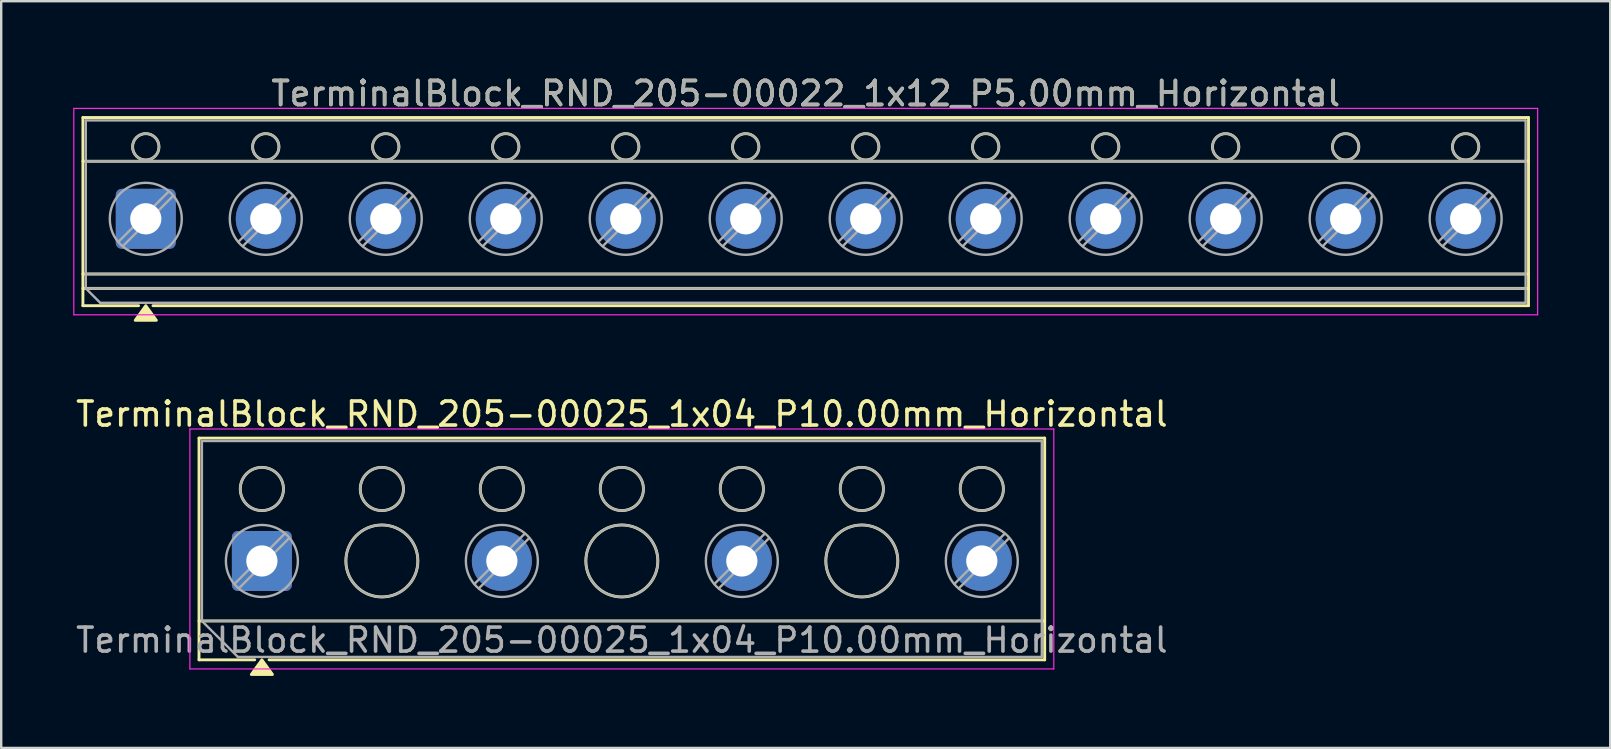
<source format=kicad_pcb>
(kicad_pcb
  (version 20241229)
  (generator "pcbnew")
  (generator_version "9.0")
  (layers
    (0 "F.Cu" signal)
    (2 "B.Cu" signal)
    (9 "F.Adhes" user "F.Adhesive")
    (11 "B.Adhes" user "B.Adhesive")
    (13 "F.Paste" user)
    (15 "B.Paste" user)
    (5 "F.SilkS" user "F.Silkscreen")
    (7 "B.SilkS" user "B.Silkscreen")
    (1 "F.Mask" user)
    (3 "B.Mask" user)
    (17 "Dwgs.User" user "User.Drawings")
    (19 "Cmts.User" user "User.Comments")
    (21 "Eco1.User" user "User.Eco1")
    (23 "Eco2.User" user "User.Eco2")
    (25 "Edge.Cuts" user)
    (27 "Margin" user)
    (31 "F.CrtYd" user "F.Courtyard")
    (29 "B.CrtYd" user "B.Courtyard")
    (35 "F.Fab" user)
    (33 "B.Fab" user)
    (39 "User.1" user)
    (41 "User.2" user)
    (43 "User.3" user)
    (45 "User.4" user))
  (footprint "TerminalBlock_RND_205-00025_1x04_P10.00mm_Horizontal"
    (layer "F.Cu")
    (at 7.863 20.326)
    (property "Reference" "TerminalBlock_RND_205-00025_1x04_P10.00mm_Horizontal" (at 15 -6.12 0) (layer "F.SilkS") (effects (font (size 1 1) (thickness 0.15))))
    (attr through_hole)
    (fp_line (start -2.62 -5.12) (end -2.62 4.12) (stroke (width 0.12) (type solid)) (layer "F.SilkS"))
    (fp_line (start -2.62 -5.12) (end 32.62 -5.12) (stroke (width 0.12) (type solid)) (layer "F.SilkS"))
    (fp_line (start -2.62 2.5) (end 32.62 2.5) (stroke (width 0.12) (type solid)) (layer "F.SilkS"))
    (fp_line (start -2.62 4.12) (end -0.3 4.12) (stroke (width 0.12) (type solid)) (layer "F.SilkS"))
    (fp_line (start 0.3 4.12) (end 32.62 4.12) (stroke (width 0.12) (type solid)) (layer "F.SilkS"))
    (fp_line (start 32.62 -5.12) (end 32.62 4.12) (stroke (width 0.12) (type solid)) (layer "F.SilkS"))
    (fp_circle (center 0 -3) (end 0.9 -3) (stroke (width 0.12) (type solid)) (fill no) (layer "F.SilkS"))
    (fp_circle (center 5 -3) (end 5.9 -3) (stroke (width 0.12) (type solid)) (fill no) (layer "F.SilkS"))
    (fp_circle (center 5 0) (end 6.5 0) (stroke (width 0.12) (type solid)) (fill no) (layer "F.SilkS"))
    (fp_circle (center 10 -3) (end 10.9 -3) (stroke (width 0.12) (type solid)) (fill no) (layer "F.SilkS"))
    (fp_circle (center 15 -3) (end 15.9 -3) (stroke (width 0.12) (type solid)) (fill no) (layer "F.SilkS"))
    (fp_circle (center 15 0) (end 16.5 0) (stroke (width 0.12) (type solid)) (fill no) (layer "F.SilkS"))
    (fp_circle (center 20 -3) (end 20.9 -3) (stroke (width 0.12) (type solid)) (fill no) (layer "F.SilkS"))
    (fp_circle (center 25 -3) (end 25.9 -3) (stroke (width 0.12) (type solid)) (fill no) (layer "F.SilkS"))
    (fp_circle (center 25 0) (end 26.5 0) (stroke (width 0.12) (type solid)) (fill no) (layer "F.SilkS"))
    (fp_circle (center 30 -3) (end 30.9 -3) (stroke (width 0.12) (type solid)) (fill no) (layer "F.SilkS"))
    (fp_poly (pts (xy 0 4.12) (xy 0.44 4.73) (xy -0.44 4.73)) (stroke (width 0.12) (type solid)) (fill yes) (layer "F.SilkS"))
    (fp_line (start -3 -5.5) (end -3 4.5) (stroke (width 0.05) (type solid)) (layer "F.CrtYd"))
    (fp_line (start -3 4.5) (end 33 4.5) (stroke (width 0.05) (type solid)) (layer "F.CrtYd"))
    (fp_line (start 33 -5.5) (end -3 -5.5) (stroke (width 0.05) (type solid)) (layer "F.CrtYd"))
    (fp_line (start 33 4.5) (end 33 -5.5) (stroke (width 0.05) (type solid)) (layer "F.CrtYd"))
    (fp_line (start -2.5 -5) (end 32.5 -5) (stroke (width 0.1) (type solid)) (layer "F.Fab"))
    (fp_line (start -2.5 2.5) (end -2.5 -5) (stroke (width 0.1) (type solid)) (layer "F.Fab"))
    (fp_line (start -2.5 2.5) (end 32.5 2.5) (stroke (width 0.1) (type solid)) (layer "F.Fab"))
    (fp_line (start -1 4) (end -2.5 2.5) (stroke (width 0.1) (type solid)) (layer "F.Fab"))
    (fp_line (start 0.955 -1.138) (end -1.138 0.954) (stroke (width 0.1) (type solid)) (layer "F.Fab"))
    (fp_line (start 1.138 -0.954) (end -0.955 1.137) (stroke (width 0.1) (type solid)) (layer "F.Fab"))
    (fp_line (start 10.955 -1.138) (end 8.862 0.954) (stroke (width 0.1) (type solid)) (layer "F.Fab"))
    (fp_line (start 11.138 -0.954) (end 9.045 1.137) (stroke (width 0.1) (type solid)) (layer "F.Fab"))
    (fp_line (start 20.955 -1.138) (end 18.862 0.954) (stroke (width 0.1) (type solid)) (layer "F.Fab"))
    (fp_line (start 21.138 -0.954) (end 19.045 1.137) (stroke (width 0.1) (type solid)) (layer "F.Fab"))
    (fp_line (start 30.955 -1.138) (end 28.862 0.954) (stroke (width 0.1) (type solid)) (layer "F.Fab"))
    (fp_line (start 31.138 -0.954) (end 29.045 1.137) (stroke (width 0.1) (type solid)) (layer "F.Fab"))
    (fp_line (start 32.5 -5) (end 32.5 4) (stroke (width 0.1) (type solid)) (layer "F.Fab"))
    (fp_line (start 32.5 4) (end -1 4) (stroke (width 0.1) (type solid)) (layer "F.Fab"))
    (fp_circle (center 0 -3) (end 0.9 -3) (stroke (width 0.1) (type solid)) (fill no) (layer "F.Fab"))
    (fp_circle (center 0 0) (end 1.5 0) (stroke (width 0.1) (type solid)) (fill no) (layer "F.Fab"))
    (fp_circle (center 5 -3) (end 5.9 -3) (stroke (width 0.1) (type solid)) (fill no) (layer "F.Fab"))
    (fp_circle (center 5 0) (end 6.5 0) (stroke (width 0.1) (type solid)) (fill no) (layer "F.Fab"))
    (fp_circle (center 10 -3) (end 10.9 -3) (stroke (width 0.1) (type solid)) (fill no) (layer "F.Fab"))
    (fp_circle (center 10 0) (end 11.5 0) (stroke (width 0.1) (type solid)) (fill no) (layer "F.Fab"))
    (fp_circle (center 15 -3) (end 15.9 -3) (stroke (width 0.1) (type solid)) (fill no) (layer "F.Fab"))
    (fp_circle (center 15 0) (end 16.5 0) (stroke (width 0.1) (type solid)) (fill no) (layer "F.Fab"))
    (fp_circle (center 20 -3) (end 20.9 -3) (stroke (width 0.1) (type solid)) (fill no) (layer "F.Fab"))
    (fp_circle (center 20 0) (end 21.5 0) (stroke (width 0.1) (type solid)) (fill no) (layer "F.Fab"))
    (fp_circle (center 25 -3) (end 25.9 -3) (stroke (width 0.1) (type solid)) (fill no) (layer "F.Fab"))
    (fp_circle (center 25 0) (end 26.5 0) (stroke (width 0.1) (type solid)) (fill no) (layer "F.Fab"))
    (fp_circle (center 30 -3) (end 30.9 -3) (stroke (width 0.1) (type solid)) (fill no) (layer "F.Fab"))
    (fp_circle (center 30 0) (end 31.5 0) (stroke (width 0.1) (type solid)) (fill no) (layer "F.Fab"))
    (fp_text user "${REFERENCE}" (at 15 3.3 0) (layer "F.Fab") (effects (font (size 1 1) (thickness 0.15))))
    (pad "1" thru_hole roundrect (at 0 0) (size 2.5 2.5) (drill 1.3) (layers "*.Cu" "*.Mask") (roundrect_rratio 0.1))
    (pad "2" thru_hole circle (at 10 0) (size 2.5 2.5) (drill 1.3) (layers "*.Cu" "*.Mask"))
    (pad "3" thru_hole circle (at 20 0) (size 2.5 2.5) (drill 1.3) (layers "*.Cu" "*.Mask"))
    (pad "4" thru_hole circle (at 30 0) (size 2.5 2.5) (drill 1.3) (layers "*.Cu" "*.Mask")))
  (footprint "TerminalBlock_RND_205-00022_1x12_P5.00mm_Horizontal"
    (layer "F.Cu")
    (at 3.025 6.068)
    (property "Reference" "TerminalBlock_RND_205-00022_1x12_P5.00mm_Horizontal" (at 27.5 -5.22 0) (layer "F.SilkS") (effects (font (size 1 1) (thickness 0.15))))
    (attr through_hole)
    (fp_line (start -2.62 -4.22) (end -2.62 3.62) (stroke (width 0.12) (type solid)) (layer "F.SilkS"))
    (fp_line (start -2.62 -4.22) (end 57.62 -4.22) (stroke (width 0.12) (type solid)) (layer "F.SilkS"))
    (fp_line (start -2.62 -2.4) (end 57.62 -2.4) (stroke (width 0.12) (type solid)) (layer "F.SilkS"))
    (fp_line (start -2.62 2.3) (end 57.62 2.3) (stroke (width 0.12) (type solid)) (layer "F.SilkS"))
    (fp_line (start -2.62 2.9) (end 57.62 2.9) (stroke (width 0.12) (type solid)) (layer "F.SilkS"))
    (fp_line (start -2.62 3.62) (end -0.3 3.62) (stroke (width 0.12) (type solid)) (layer "F.SilkS"))
    (fp_line (start 0.3 3.62) (end 57.62 3.62) (stroke (width 0.12) (type solid)) (layer "F.SilkS"))
    (fp_line (start 57.62 -4.22) (end 57.62 3.62) (stroke (width 0.12) (type solid)) (layer "F.SilkS"))
    (fp_circle (center 0 -3) (end 0.55 -3) (stroke (width 0.12) (type solid)) (fill no) (layer "F.SilkS"))
    (fp_circle (center 5 -3) (end 5.55 -3) (stroke (width 0.12) (type solid)) (fill no) (layer "F.SilkS"))
    (fp_circle (center 10 -3) (end 10.55 -3) (stroke (width 0.12) (type solid)) (fill no) (layer "F.SilkS"))
    (fp_circle (center 15 -3) (end 15.55 -3) (stroke (width 0.12) (type solid)) (fill no) (layer "F.SilkS"))
    (fp_circle (center 20 -3) (end 20.55 -3) (stroke (width 0.12) (type solid)) (fill no) (layer "F.SilkS"))
    (fp_circle (center 25 -3) (end 25.55 -3) (stroke (width 0.12) (type solid)) (fill no) (layer "F.SilkS"))
    (fp_circle (center 30 -3) (end 30.55 -3) (stroke (width 0.12) (type solid)) (fill no) (layer "F.SilkS"))
    (fp_circle (center 35 -3) (end 35.55 -3) (stroke (width 0.12) (type solid)) (fill no) (layer "F.SilkS"))
    (fp_circle (center 40 -3) (end 40.55 -3) (stroke (width 0.12) (type solid)) (fill no) (layer "F.SilkS"))
    (fp_circle (center 45 -3) (end 45.55 -3) (stroke (width 0.12) (type solid)) (fill no) (layer "F.SilkS"))
    (fp_circle (center 50 -3) (end 50.55 -3) (stroke (width 0.12) (type solid)) (fill no) (layer "F.SilkS"))
    (fp_circle (center 55 -3) (end 55.55 -3) (stroke (width 0.12) (type solid)) (fill no) (layer "F.SilkS"))
    (fp_poly (pts (xy 0 3.62) (xy 0.44 4.23) (xy -0.44 4.23)) (stroke (width 0.12) (type solid)) (fill yes) (layer "F.SilkS"))
    (fp_line (start -3 -4.6) (end -3 4) (stroke (width 0.05) (type solid)) (layer "F.CrtYd"))
    (fp_line (start -3 4) (end 58 4) (stroke (width 0.05) (type solid)) (layer "F.CrtYd"))
    (fp_line (start 58 -4.6) (end -3 -4.6) (stroke (width 0.05) (type solid)) (layer "F.CrtYd"))
    (fp_line (start 58 4) (end 58 -4.6) (stroke (width 0.05) (type solid)) (layer "F.CrtYd"))
    (fp_line (start -2.5 -4.1) (end 57.5 -4.1) (stroke (width 0.1) (type solid)) (layer "F.Fab"))
    (fp_line (start -2.5 -2.4) (end 57.5 -2.4) (stroke (width 0.1) (type solid)) (layer "F.Fab"))
    (fp_line (start -2.5 2.3) (end 57.5 2.3) (stroke (width 0.1) (type solid)) (layer "F.Fab"))
    (fp_line (start -2.5 2.9) (end -2.5 -4.1) (stroke (width 0.1) (type solid)) (layer "F.Fab"))
    (fp_line (start -2.5 2.9) (end 57.5 2.9) (stroke (width 0.1) (type solid)) (layer "F.Fab"))
    (fp_line (start -1.9 3.5) (end -2.5 2.9) (stroke (width 0.1) (type solid)) (layer "F.Fab"))
    (fp_line (start 0.955 -1.138) (end -1.138 0.954) (stroke (width 0.1) (type solid)) (layer "F.Fab"))
    (fp_line (start 1.138 -0.954) (end -0.955 1.137) (stroke (width 0.1) (type solid)) (layer "F.Fab"))
    (fp_line (start 5.955 -1.138) (end 3.862 0.954) (stroke (width 0.1) (type solid)) (layer "F.Fab"))
    (fp_line (start 6.138 -0.954) (end 4.045 1.137) (stroke (width 0.1) (type solid)) (layer "F.Fab"))
    (fp_line (start 10.955 -1.138) (end 8.862 0.954) (stroke (width 0.1) (type solid)) (layer "F.Fab"))
    (fp_line (start 11.138 -0.954) (end 9.045 1.137) (stroke (width 0.1) (type solid)) (layer "F.Fab"))
    (fp_line (start 15.955 -1.138) (end 13.862 0.954) (stroke (width 0.1) (type solid)) (layer "F.Fab"))
    (fp_line (start 16.138 -0.954) (end 14.045 1.137) (stroke (width 0.1) (type solid)) (layer "F.Fab"))
    (fp_line (start 20.955 -1.138) (end 18.862 0.954) (stroke (width 0.1) (type solid)) (layer "F.Fab"))
    (fp_line (start 21.138 -0.954) (end 19.045 1.137) (stroke (width 0.1) (type solid)) (layer "F.Fab"))
    (fp_line (start 25.955 -1.138) (end 23.862 0.954) (stroke (width 0.1) (type solid)) (layer "F.Fab"))
    (fp_line (start 26.138 -0.954) (end 24.045 1.137) (stroke (width 0.1) (type solid)) (layer "F.Fab"))
    (fp_line (start 30.955 -1.138) (end 28.862 0.954) (stroke (width 0.1) (type solid)) (layer "F.Fab"))
    (fp_line (start 31.138 -0.954) (end 29.045 1.137) (stroke (width 0.1) (type solid)) (layer "F.Fab"))
    (fp_line (start 35.955 -1.138) (end 33.862 0.954) (stroke (width 0.1) (type solid)) (layer "F.Fab"))
    (fp_line (start 36.138 -0.954) (end 34.045 1.137) (stroke (width 0.1) (type solid)) (layer "F.Fab"))
    (fp_line (start 40.955 -1.138) (end 38.862 0.954) (stroke (width 0.1) (type solid)) (layer "F.Fab"))
    (fp_line (start 41.138 -0.954) (end 39.045 1.137) (stroke (width 0.1) (type solid)) (layer "F.Fab"))
    (fp_line (start 45.955 -1.138) (end 43.862 0.954) (stroke (width 0.1) (type solid)) (layer "F.Fab"))
    (fp_line (start 46.138 -0.954) (end 44.045 1.137) (stroke (width 0.1) (type solid)) (layer "F.Fab"))
    (fp_line (start 50.955 -1.138) (end 48.862 0.954) (stroke (width 0.1) (type solid)) (layer "F.Fab"))
    (fp_line (start 51.138 -0.954) (end 49.045 1.137) (stroke (width 0.1) (type solid)) (layer "F.Fab"))
    (fp_line (start 55.955 -1.138) (end 53.862 0.954) (stroke (width 0.1) (type solid)) (layer "F.Fab"))
    (fp_line (start 56.138 -0.954) (end 54.045 1.137) (stroke (width 0.1) (type solid)) (layer "F.Fab"))
    (fp_line (start 57.5 -4.1) (end 57.5 3.5) (stroke (width 0.1) (type solid)) (layer "F.Fab"))
    (fp_line (start 57.5 3.5) (end -1.9 3.5) (stroke (width 0.1) (type solid)) (layer "F.Fab"))
    (fp_circle (center 0 -3) (end 0.55 -3) (stroke (width 0.1) (type solid)) (fill no) (layer "F.Fab"))
    (fp_circle (center 0 0) (end 1.5 0) (stroke (width 0.1) (type solid)) (fill no) (layer "F.Fab"))
    (fp_circle (center 5 -3) (end 5.55 -3) (stroke (width 0.1) (type solid)) (fill no) (layer "F.Fab"))
    (fp_circle (center 5 0) (end 6.5 0) (stroke (width 0.1) (type solid)) (fill no) (layer "F.Fab"))
    (fp_circle (center 10 -3) (end 10.55 -3) (stroke (width 0.1) (type solid)) (fill no) (layer "F.Fab"))
    (fp_circle (center 10 0) (end 11.5 0) (stroke (width 0.1) (type solid)) (fill no) (layer "F.Fab"))
    (fp_circle (center 15 -3) (end 15.55 -3) (stroke (width 0.1) (type solid)) (fill no) (layer "F.Fab"))
    (fp_circle (center 15 0) (end 16.5 0) (stroke (width 0.1) (type solid)) (fill no) (layer "F.Fab"))
    (fp_circle (center 20 -3) (end 20.55 -3) (stroke (width 0.1) (type solid)) (fill no) (layer "F.Fab"))
    (fp_circle (center 20 0) (end 21.5 0) (stroke (width 0.1) (type solid)) (fill no) (layer "F.Fab"))
    (fp_circle (center 25 -3) (end 25.55 -3) (stroke (width 0.1) (type solid)) (fill no) (layer "F.Fab"))
    (fp_circle (center 25 0) (end 26.5 0) (stroke (width 0.1) (type solid)) (fill no) (layer "F.Fab"))
    (fp_circle (center 30 -3) (end 30.55 -3) (stroke (width 0.1) (type solid)) (fill no) (layer "F.Fab"))
    (fp_circle (center 30 0) (end 31.5 0) (stroke (width 0.1) (type solid)) (fill no) (layer "F.Fab"))
    (fp_circle (center 35 -3) (end 35.55 -3) (stroke (width 0.1) (type solid)) (fill no) (layer "F.Fab"))
    (fp_circle (center 35 0) (end 36.5 0) (stroke (width 0.1) (type solid)) (fill no) (layer "F.Fab"))
    (fp_circle (center 40 -3) (end 40.55 -3) (stroke (width 0.1) (type solid)) (fill no) (layer "F.Fab"))
    (fp_circle (center 40 0) (end 41.5 0) (stroke (width 0.1) (type solid)) (fill no) (layer "F.Fab"))
    (fp_circle (center 45 -3) (end 45.55 -3) (stroke (width 0.1) (type solid)) (fill no) (layer "F.Fab"))
    (fp_circle (center 45 0) (end 46.5 0) (stroke (width 0.1) (type solid)) (fill no) (layer "F.Fab"))
    (fp_circle (center 50 -3) (end 50.55 -3) (stroke (width 0.1) (type solid)) (fill no) (layer "F.Fab"))
    (fp_circle (center 50 0) (end 51.5 0) (stroke (width 0.1) (type solid)) (fill no) (layer "F.Fab"))
    (fp_circle (center 55 -3) (end 55.55 -3) (stroke (width 0.1) (type solid)) (fill no) (layer "F.Fab"))
    (fp_circle (center 55 0) (end 56.5 0) (stroke (width 0.1) (type solid)) (fill no) (layer "F.Fab"))
    (fp_text user "${REFERENCE}" (at 27.5 -5.22 0) (layer "F.Fab") (effects (font (size 1 1) (thickness 0.15))))
    (pad "1" thru_hole roundrect (at 0 0) (size 2.5 2.5) (drill 1.3) (layers "*.Cu" "*.Mask") (roundrect_rratio 0.1))
    (pad "2" thru_hole circle (at 5 0) (size 2.5 2.5) (drill 1.3) (layers "*.Cu" "*.Mask"))
    (pad "3" thru_hole circle (at 10 0) (size 2.5 2.5) (drill 1.3) (layers "*.Cu" "*.Mask"))
    (pad "4" thru_hole circle (at 15 0) (size 2.5 2.5) (drill 1.3) (layers "*.Cu" "*.Mask"))
    (pad "5" thru_hole circle (at 20 0) (size 2.5 2.5) (drill 1.3) (layers "*.Cu" "*.Mask"))
    (pad "6" thru_hole circle (at 25 0) (size 2.5 2.5) (drill 1.3) (layers "*.Cu" "*.Mask"))
    (pad "7" thru_hole circle (at 30 0) (size 2.5 2.5) (drill 1.3) (layers "*.Cu" "*.Mask"))
    (pad "8" thru_hole circle (at 35 0) (size 2.5 2.5) (drill 1.3) (layers "*.Cu" "*.Mask"))
    (pad "9" thru_hole circle (at 40 0) (size 2.5 2.5) (drill 1.3) (layers "*.Cu" "*.Mask"))
    (pad "10" thru_hole circle (at 45 0) (size 2.5 2.5) (drill 1.3) (layers "*.Cu" "*.Mask"))
    (pad "11" thru_hole circle (at 50 0) (size 2.5 2.5) (drill 1.3) (layers "*.Cu" "*.Mask"))
    (pad "12" thru_hole circle (at 55 0) (size 2.5 2.5) (drill 1.3) (layers "*.Cu" "*.Mask")))
  (gr_rect
    (start -3 -3)
    (end 64.05 28.116)
    (stroke (width 0.1) (type default))
    (fill no)
    (layer "Edge.Cuts")))
</source>
